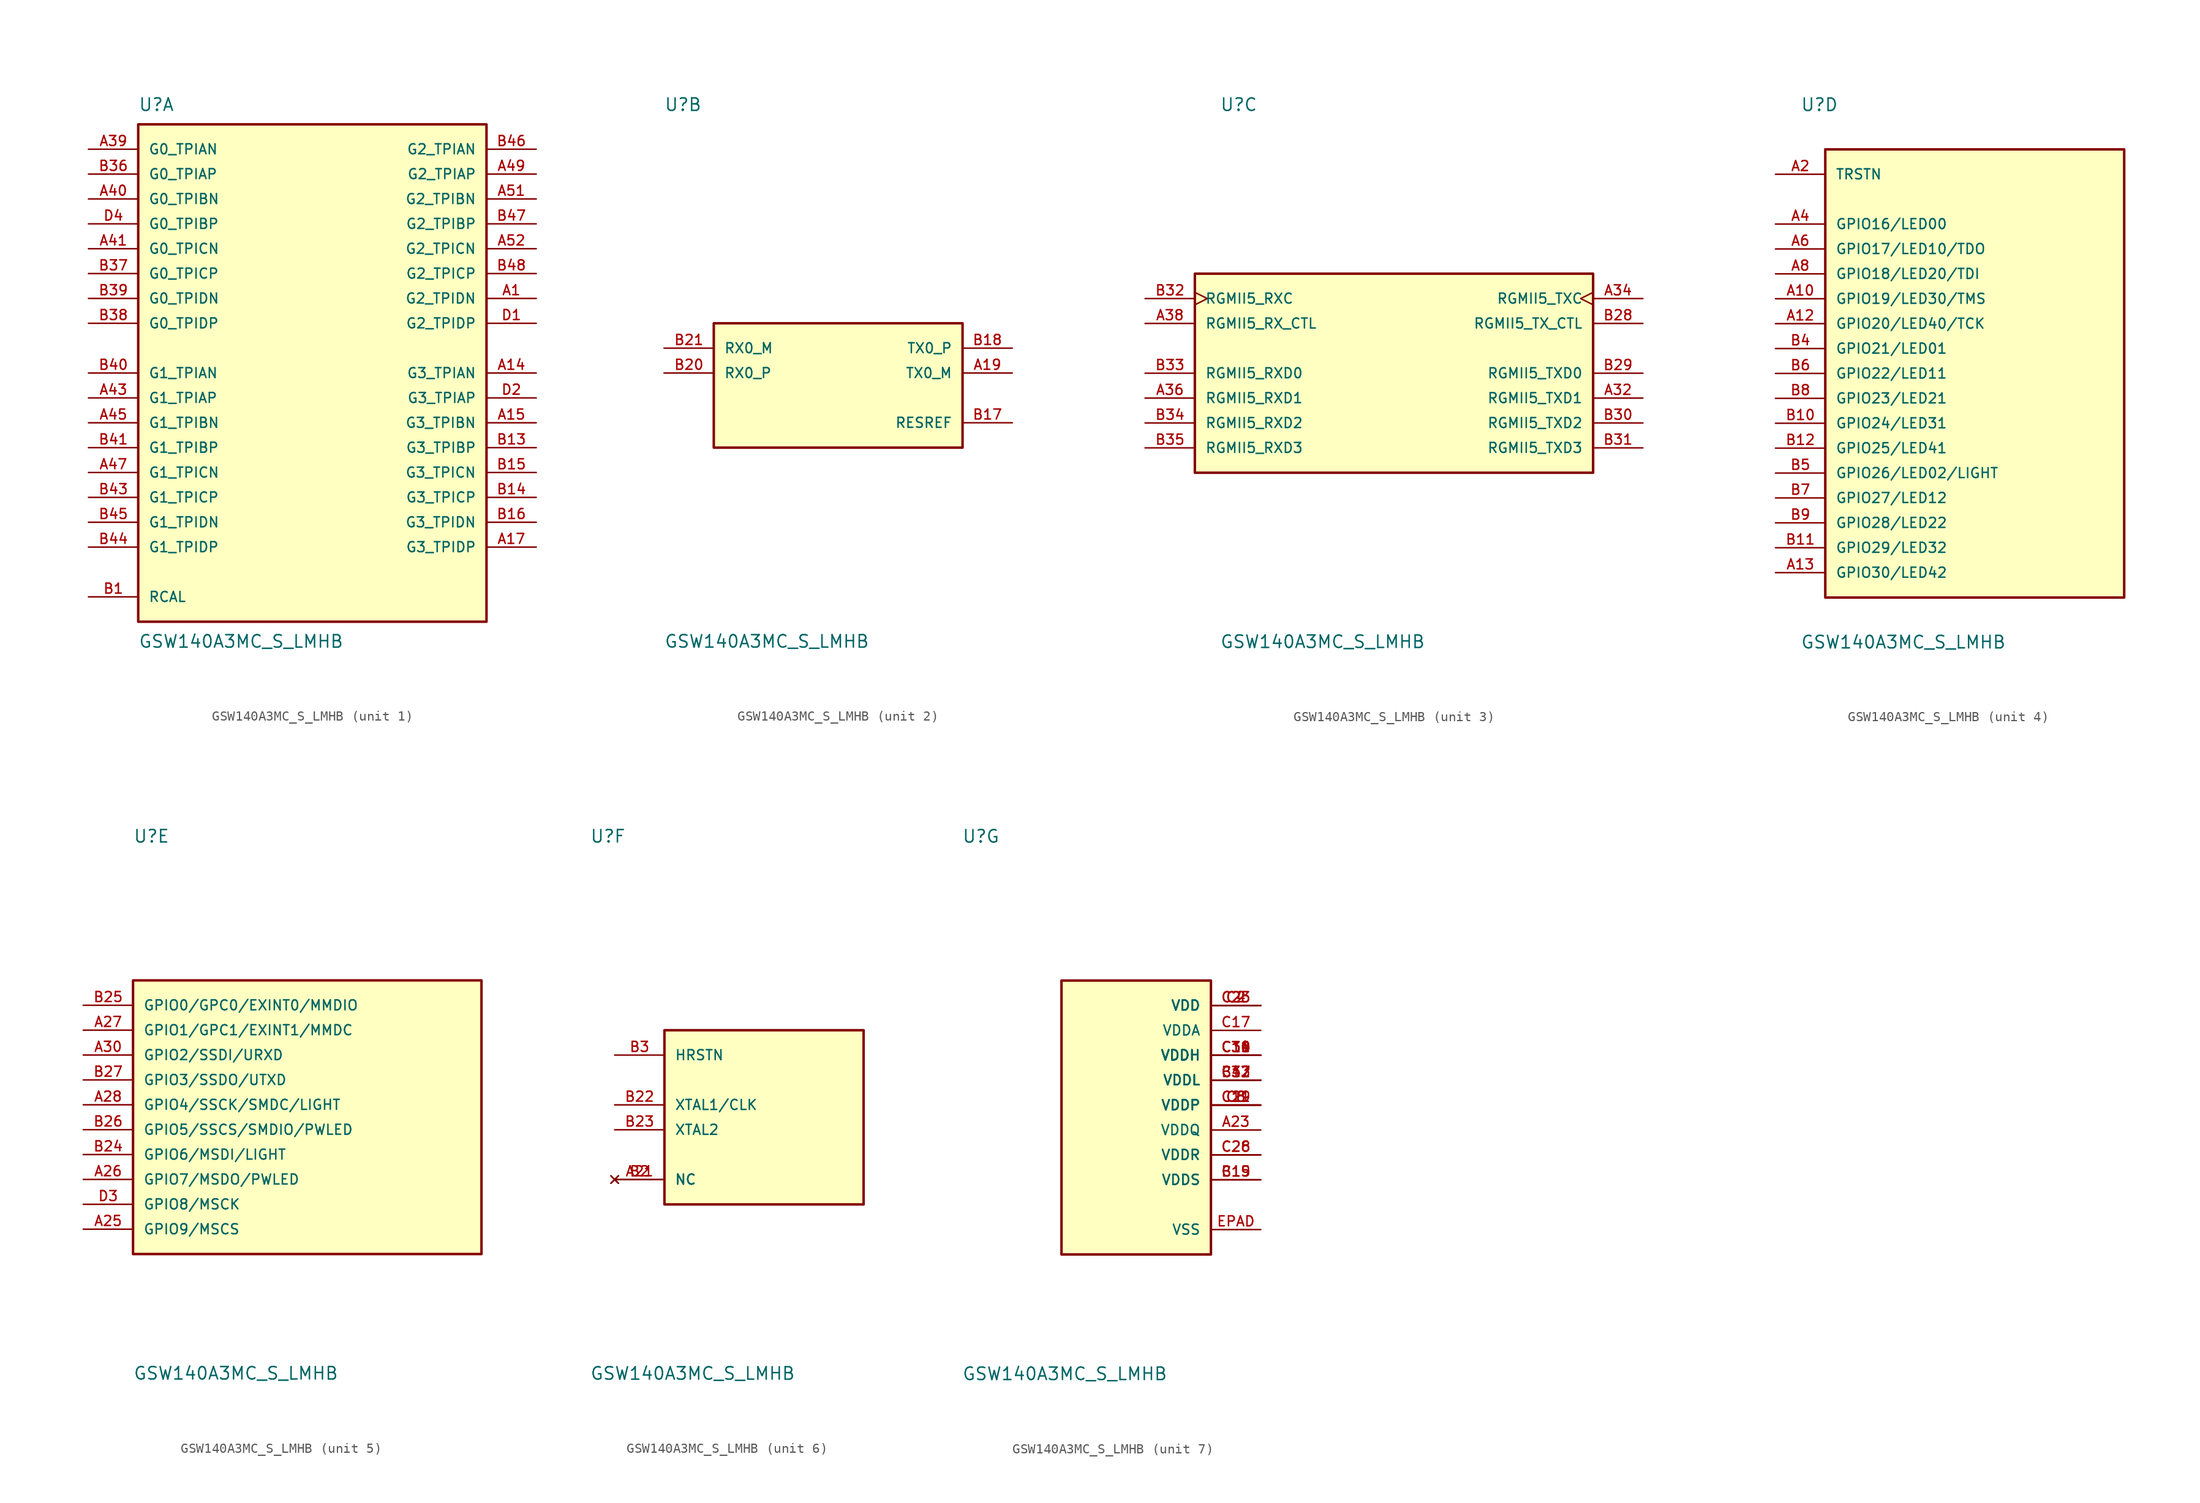
<source format=kicad_sym>
(kicad_symbol_lib
  (version 20211014)
  (generator kicad_symbol_editor)
  (symbol "GSW140A3MC_S_LMHB"
    (pin_names
      (offset 1.016))
    (property "Reference" "U"
      (at -17.78 26.67 0)
      (effects (font (size 1.27 1.27)) (justify bottom left)))
    (property "Value" "GSW140A3MC_S_LMHB"
      (at -17.78 -26.67 0)
      (effects (font (size 1.27 1.27)) (justify top left)))
    (symbol "GSW140A3MC_S_LMHB_1_0"
      (rectangle (start -17.78 -25.4) (end 17.78 25.4) (stroke (width 0.254)) (fill (type background)))
      (pin bidirectional line (at -22.86 22.86 0) (length 5.08) (name "G0_TPIAN" (effects (font (size 1.016 1.016)))) (number "A39" (effects (font (size 1.016 1.016)))))
      (pin bidirectional line (at -22.86 20.32 0) (length 5.08) (name "G0_TPIAP" (effects (font (size 1.016 1.016)))) (number "B36" (effects (font (size 1.016 1.016)))))
      (pin bidirectional line (at -22.86 17.78 0) (length 5.08) (name "G0_TPIBN" (effects (font (size 1.016 1.016)))) (number "A40" (effects (font (size 1.016 1.016)))))
      (pin bidirectional line (at -22.86 15.24 0) (length 5.08) (name "G0_TPIBP" (effects (font (size 1.016 1.016)))) (number "D4" (effects (font (size 1.016 1.016)))))
      (pin bidirectional line (at -22.86 12.7 0) (length 5.08) (name "G0_TPICN" (effects (font (size 1.016 1.016)))) (number "A41" (effects (font (size 1.016 1.016)))))
      (pin bidirectional line (at -22.86 10.16 0) (length 5.08) (name "G0_TPICP" (effects (font (size 1.016 1.016)))) (number "B37" (effects (font (size 1.016 1.016)))))
      (pin bidirectional line (at -22.86 7.62 0) (length 5.08) (name "G0_TPIDN" (effects (font (size 1.016 1.016)))) (number "B39" (effects (font (size 1.016 1.016)))))
      (pin bidirectional line (at -22.86 5.08 0) (length 5.08) (name "G0_TPIDP" (effects (font (size 1.016 1.016)))) (number "B38" (effects (font (size 1.016 1.016)))))
      (pin bidirectional line (at -22.86 0.0 0) (length 5.08) (name "G1_TPIAN" (effects (font (size 1.016 1.016)))) (number "B40" (effects (font (size 1.016 1.016)))))
      (pin bidirectional line (at -22.86 -2.54 0) (length 5.08) (name "G1_TPIAP" (effects (font (size 1.016 1.016)))) (number "A43" (effects (font (size 1.016 1.016)))))
      (pin bidirectional line (at -22.86 -5.08 0) (length 5.08) (name "G1_TPIBN" (effects (font (size 1.016 1.016)))) (number "A45" (effects (font (size 1.016 1.016)))))
      (pin bidirectional line (at -22.86 -7.62 0) (length 5.08) (name "G1_TPIBP" (effects (font (size 1.016 1.016)))) (number "B41" (effects (font (size 1.016 1.016)))))
      (pin bidirectional line (at -22.86 -10.16 0) (length 5.08) (name "G1_TPICN" (effects (font (size 1.016 1.016)))) (number "A47" (effects (font (size 1.016 1.016)))))
      (pin bidirectional line (at -22.86 -12.7 0) (length 5.08) (name "G1_TPICP" (effects (font (size 1.016 1.016)))) (number "B43" (effects (font (size 1.016 1.016)))))
      (pin bidirectional line (at -22.86 -15.24 0) (length 5.08) (name "G1_TPIDN" (effects (font (size 1.016 1.016)))) (number "B45" (effects (font (size 1.016 1.016)))))
      (pin bidirectional line (at -22.86 -17.78 0) (length 5.08) (name "G1_TPIDP" (effects (font (size 1.016 1.016)))) (number "B44" (effects (font (size 1.016 1.016)))))
      (pin bidirectional line (at 22.86 22.86 180.0) (length 5.08) (name "G2_TPIAN" (effects (font (size 1.016 1.016)))) (number "B46" (effects (font (size 1.016 1.016)))))
      (pin bidirectional line (at 22.86 20.32 180.0) (length 5.08) (name "G2_TPIAP" (effects (font (size 1.016 1.016)))) (number "A49" (effects (font (size 1.016 1.016)))))
      (pin bidirectional line (at 22.86 17.78 180.0) (length 5.08) (name "G2_TPIBN" (effects (font (size 1.016 1.016)))) (number "A51" (effects (font (size 1.016 1.016)))))
      (pin bidirectional line (at 22.86 15.24 180.0) (length 5.08) (name "G2_TPIBP" (effects (font (size 1.016 1.016)))) (number "B47" (effects (font (size 1.016 1.016)))))
      (pin bidirectional line (at 22.86 12.7 180.0) (length 5.08) (name "G2_TPICN" (effects (font (size 1.016 1.016)))) (number "A52" (effects (font (size 1.016 1.016)))))
      (pin bidirectional line (at 22.86 10.16 180.0) (length 5.08) (name "G2_TPICP" (effects (font (size 1.016 1.016)))) (number "B48" (effects (font (size 1.016 1.016)))))
      (pin bidirectional line (at 22.86 7.62 180.0) (length 5.08) (name "G2_TPIDN" (effects (font (size 1.016 1.016)))) (number "A1" (effects (font (size 1.016 1.016)))))
      (pin bidirectional line (at 22.86 5.08 180.0) (length 5.08) (name "G2_TPIDP" (effects (font (size 1.016 1.016)))) (number "D1" (effects (font (size 1.016 1.016)))))
      (pin bidirectional line (at 22.86 0.0 180.0) (length 5.08) (name "G3_TPIAN" (effects (font (size 1.016 1.016)))) (number "A14" (effects (font (size 1.016 1.016)))))
      (pin bidirectional line (at 22.86 -2.54 180.0) (length 5.08) (name "G3_TPIAP" (effects (font (size 1.016 1.016)))) (number "D2" (effects (font (size 1.016 1.016)))))
      (pin bidirectional line (at 22.86 -5.08 180.0) (length 5.08) (name "G3_TPIBN" (effects (font (size 1.016 1.016)))) (number "A15" (effects (font (size 1.016 1.016)))))
      (pin bidirectional line (at 22.86 -7.62 180.0) (length 5.08) (name "G3_TPIBP" (effects (font (size 1.016 1.016)))) (number "B13" (effects (font (size 1.016 1.016)))))
      (pin bidirectional line (at 22.86 -10.16 180.0) (length 5.08) (name "G3_TPICN" (effects (font (size 1.016 1.016)))) (number "B15" (effects (font (size 1.016 1.016)))))
      (pin bidirectional line (at 22.86 -12.7 180.0) (length 5.08) (name "G3_TPICP" (effects (font (size 1.016 1.016)))) (number "B14" (effects (font (size 1.016 1.016)))))
      (pin bidirectional line (at 22.86 -15.24 180.0) (length 5.08) (name "G3_TPIDN" (effects (font (size 1.016 1.016)))) (number "B16" (effects (font (size 1.016 1.016)))))
      (pin bidirectional line (at 22.86 -17.78 180.0) (length 5.08) (name "G3_TPIDP" (effects (font (size 1.016 1.016)))) (number "A17" (effects (font (size 1.016 1.016)))))
      (pin bidirectional line (at -22.86 -22.86 0) (length 5.08) (name "RCAL" (effects (font (size 1.016 1.016)))) (number "B1" (effects (font (size 1.016 1.016))))))
    (symbol "GSW140A3MC_S_LMHB_2_0"
      (rectangle (start -12.7 -7.62) (end 12.7 5.08) (stroke (width 0.254)) (fill (type background)))
      (pin input line (at -17.78 2.54 0) (length 5.08) (name "RX0_M" (effects (font (size 1.016 1.016)))) (number "B21" (effects (font (size 1.016 1.016)))))
      (pin input line (at -17.78 0.0 0) (length 5.08) (name "RX0_P" (effects (font (size 1.016 1.016)))) (number "B20" (effects (font (size 1.016 1.016)))))
      (pin output line (at 17.78 -5.08 180.0) (length 5.08) (name "RESREF" (effects (font (size 1.016 1.016)))) (number "B17" (effects (font (size 1.016 1.016)))))
      (pin output line (at 17.78 0.0 180.0) (length 5.08) (name "TX0_M" (effects (font (size 1.016 1.016)))) (number "A19" (effects (font (size 1.016 1.016)))))
      (pin output line (at 17.78 2.54 180.0) (length 5.08) (name "TX0_P" (effects (font (size 1.016 1.016)))) (number "B18" (effects (font (size 1.016 1.016))))))
    (symbol "GSW140A3MC_S_LMHB_3_0"
      (rectangle (start -20.32 -10.16) (end 20.32 10.16) (stroke (width 0.254)) (fill (type background)))
      (pin input line (at -25.4 5.08 0) (length 5.08) (name "RGMII5_RX_CTL" (effects (font (size 1.016 1.016)))) (number "A38" (effects (font (size 1.016 1.016)))))
      (pin input clock (at -25.4 7.62 0) (length 5.08) (name "RGMII5_RXC" (effects (font (size 1.016 1.016)))) (number "B32" (effects (font (size 1.016 1.016)))))
      (pin input line (at -25.4 0.0 0) (length 5.08) (name "RGMII5_RXD0" (effects (font (size 1.016 1.016)))) (number "B33" (effects (font (size 1.016 1.016)))))
      (pin input line (at -25.4 -2.54 0) (length 5.08) (name "RGMII5_RXD1" (effects (font (size 1.016 1.016)))) (number "A36" (effects (font (size 1.016 1.016)))))
      (pin input line (at -25.4 -5.08 0) (length 5.08) (name "RGMII5_RXD2" (effects (font (size 1.016 1.016)))) (number "B34" (effects (font (size 1.016 1.016)))))
      (pin input line (at -25.4 -7.62 0) (length 5.08) (name "RGMII5_RXD3" (effects (font (size 1.016 1.016)))) (number "B35" (effects (font (size 1.016 1.016)))))
      (pin output line (at 25.4 5.08 180.0) (length 5.08) (name "RGMII5_TX_CTL" (effects (font (size 1.016 1.016)))) (number "B28" (effects (font (size 1.016 1.016)))))
      (pin output clock (at 25.4 7.62 180.0) (length 5.08) (name "RGMII5_TXC" (effects (font (size 1.016 1.016)))) (number "A34" (effects (font (size 1.016 1.016)))))
      (pin output line (at 25.4 0.0 180.0) (length 5.08) (name "RGMII5_TXD0" (effects (font (size 1.016 1.016)))) (number "B29" (effects (font (size 1.016 1.016)))))
      (pin output line (at 25.4 -2.54 180.0) (length 5.08) (name "RGMII5_TXD1" (effects (font (size 1.016 1.016)))) (number "A32" (effects (font (size 1.016 1.016)))))
      (pin output line (at 25.4 -5.08 180.0) (length 5.08) (name "RGMII5_TXD2" (effects (font (size 1.016 1.016)))) (number "B30" (effects (font (size 1.016 1.016)))))
      (pin output line (at 25.4 -7.62 180.0) (length 5.08) (name "RGMII5_TXD3" (effects (font (size 1.016 1.016)))) (number "B31" (effects (font (size 1.016 1.016))))))
    (symbol "GSW140A3MC_S_LMHB_4_0"
      (rectangle (start -15.24 -22.86) (end 15.24 22.86) (stroke (width 0.254)) (fill (type background)))
      (pin input line (at -20.32 20.32 0) (length 5.08) (name "TRSTN" (effects (font (size 1.016 1.016)))) (number "A2" (effects (font (size 1.016 1.016)))))
      (pin bidirectional line (at -20.32 15.24 0) (length 5.08) (name "GPIO16/LED00" (effects (font (size 1.016 1.016)))) (number "A4" (effects (font (size 1.016 1.016)))))
      (pin bidirectional line (at -20.32 12.7 0) (length 5.08) (name "GPIO17/LED10/TDO" (effects (font (size 1.016 1.016)))) (number "A6" (effects (font (size 1.016 1.016)))))
      (pin bidirectional line (at -20.32 10.16 0) (length 5.08) (name "GPIO18/LED20/TDI" (effects (font (size 1.016 1.016)))) (number "A8" (effects (font (size 1.016 1.016)))))
      (pin bidirectional line (at -20.32 7.62 0) (length 5.08) (name "GPIO19/LED30/TMS" (effects (font (size 1.016 1.016)))) (number "A10" (effects (font (size 1.016 1.016)))))
      (pin bidirectional line (at -20.32 5.08 0) (length 5.08) (name "GPIO20/LED40/TCK" (effects (font (size 1.016 1.016)))) (number "A12" (effects (font (size 1.016 1.016)))))
      (pin bidirectional line (at -20.32 2.54 0) (length 5.08) (name "GPIO21/LED01" (effects (font (size 1.016 1.016)))) (number "B4" (effects (font (size 1.016 1.016)))))
      (pin bidirectional line (at -20.32 0.0 0) (length 5.08) (name "GPIO22/LED11" (effects (font (size 1.016 1.016)))) (number "B6" (effects (font (size 1.016 1.016)))))
      (pin bidirectional line (at -20.32 -2.54 0) (length 5.08) (name "GPIO23/LED21" (effects (font (size 1.016 1.016)))) (number "B8" (effects (font (size 1.016 1.016)))))
      (pin bidirectional line (at -20.32 -5.08 0) (length 5.08) (name "GPIO24/LED31" (effects (font (size 1.016 1.016)))) (number "B10" (effects (font (size 1.016 1.016)))))
      (pin bidirectional line (at -20.32 -7.62 0) (length 5.08) (name "GPIO25/LED41" (effects (font (size 1.016 1.016)))) (number "B12" (effects (font (size 1.016 1.016)))))
      (pin bidirectional line (at -20.32 -10.16 0) (length 5.08) (name "GPIO26/LED02/LIGHT" (effects (font (size 1.016 1.016)))) (number "B5" (effects (font (size 1.016 1.016)))))
      (pin bidirectional line (at -20.32 -12.7 0) (length 5.08) (name "GPIO27/LED12" (effects (font (size 1.016 1.016)))) (number "B7" (effects (font (size 1.016 1.016)))))
      (pin bidirectional line (at -20.32 -15.24 0) (length 5.08) (name "GPIO28/LED22" (effects (font (size 1.016 1.016)))) (number "B9" (effects (font (size 1.016 1.016)))))
      (pin bidirectional line (at -20.32 -17.78 0) (length 5.08) (name "GPIO29/LED32" (effects (font (size 1.016 1.016)))) (number "B11" (effects (font (size 1.016 1.016)))))
      (pin bidirectional line (at -20.32 -20.32 0) (length 5.08) (name "GPIO30/LED42" (effects (font (size 1.016 1.016)))) (number "A13" (effects (font (size 1.016 1.016))))))
    (symbol "GSW140A3MC_S_LMHB_5_0"
      (rectangle (start -17.78 -15.24) (end 17.78 12.7) (stroke (width 0.254)) (fill (type background)))
      (pin bidirectional line (at -22.86 10.16 0) (length 5.08) (name "GPIO0/GPC0/EXINT0/MMDIO" (effects (font (size 1.016 1.016)))) (number "B25" (effects (font (size 1.016 1.016)))))
      (pin bidirectional line (at -22.86 7.62 0) (length 5.08) (name "GPIO1/GPC1/EXINT1/MMDC" (effects (font (size 1.016 1.016)))) (number "A27" (effects (font (size 1.016 1.016)))))
      (pin bidirectional line (at -22.86 5.08 0) (length 5.08) (name "GPIO2/SSDI/URXD" (effects (font (size 1.016 1.016)))) (number "A30" (effects (font (size 1.016 1.016)))))
      (pin bidirectional line (at -22.86 2.54 0) (length 5.08) (name "GPIO3/SSDO/UTXD" (effects (font (size 1.016 1.016)))) (number "B27" (effects (font (size 1.016 1.016)))))
      (pin bidirectional line (at -22.86 0.0 0) (length 5.08) (name "GPIO4/SSCK/SMDC/LIGHT" (effects (font (size 1.016 1.016)))) (number "A28" (effects (font (size 1.016 1.016)))))
      (pin bidirectional line (at -22.86 -2.54 0) (length 5.08) (name "GPIO5/SSCS/SMDIO/PWLED" (effects (font (size 1.016 1.016)))) (number "B26" (effects (font (size 1.016 1.016)))))
      (pin bidirectional line (at -22.86 -5.08 0) (length 5.08) (name "GPIO6/MSDI/LIGHT" (effects (font (size 1.016 1.016)))) (number "B24" (effects (font (size 1.016 1.016)))))
      (pin bidirectional line (at -22.86 -7.62 0) (length 5.08) (name "GPIO7/MSDO/PWLED" (effects (font (size 1.016 1.016)))) (number "A26" (effects (font (size 1.016 1.016)))))
      (pin bidirectional line (at -22.86 -10.16 0) (length 5.08) (name "GPIO8/MSCK" (effects (font (size 1.016 1.016)))) (number "D3" (effects (font (size 1.016 1.016)))))
      (pin bidirectional line (at -22.86 -12.7 0) (length 5.08) (name "GPIO9/MSCS" (effects (font (size 1.016 1.016)))) (number "A25" (effects (font (size 1.016 1.016))))))
    (symbol "GSW140A3MC_S_LMHB_6_0"
      (rectangle (start -10.16 -10.16) (end 10.16 7.62) (stroke (width 0.254)) (fill (type background)))
      (pin input line (at -15.24 0.0 0) (length 5.08) (name "XTAL1/CLK" (effects (font (size 1.016 1.016)))) (number "B22" (effects (font (size 1.016 1.016)))))
      (pin output line (at -15.24 -2.54 0) (length 5.08) (name "XTAL2" (effects (font (size 1.016 1.016)))) (number "B23" (effects (font (size 1.016 1.016)))))
      (pin input line (at -15.24 5.08 0) (length 5.08) (name "HRSTN" (effects (font (size 1.016 1.016)))) (number "B3" (effects (font (size 1.016 1.016)))))
      (pin no_connect line (at -15.24 -7.62 0) (length 5.08) (name "NC" (effects (font (size 1.016 1.016)))) (number "A21" (effects (font (size 1.016 1.016)))))
      (pin no_connect line (at -15.24 -7.62 0) (length 5.08) (name "NC" (effects (font (size 1.016 1.016)))) (number "B2" (effects (font (size 1.016 1.016))))))
    (symbol "GSW140A3MC_S_LMHB_7_0"
      (rectangle (start -7.62 -15.24) (end 7.62 12.7) (stroke (width 0.254)) (fill (type background)))
      (pin power_in line (at 12.7 10.16 180.0) (length 5.08) (name "VDD" (effects (font (size 1.016 1.016)))) (number "C2" (effects (font (size 1.016 1.016)))))
      (pin power_in line (at 12.7 10.16 180.0) (length 5.08) (name "VDD" (effects (font (size 1.016 1.016)))) (number "C4" (effects (font (size 1.016 1.016)))))
      (pin power_in line (at 12.7 10.16 180.0) (length 5.08) (name "VDD" (effects (font (size 1.016 1.016)))) (number "C23" (effects (font (size 1.016 1.016)))))
      (pin power_in line (at 12.7 10.16 180.0) (length 5.08) (name "VDD" (effects (font (size 1.016 1.016)))) (number "C25" (effects (font (size 1.016 1.016)))))
      (pin power_in line (at 12.7 7.62 180.0) (length 5.08) (name "VDDA" (effects (font (size 1.016 1.016)))) (number "C17" (effects (font (size 1.016 1.016)))))
      (pin power_in line (at 12.7 5.08 180.0) (length 5.08) (name "VDDH" (effects (font (size 1.016 1.016)))) (number "C10" (effects (font (size 1.016 1.016)))))
      (pin power_in line (at 12.7 5.08 180.0) (length 5.08) (name "VDDH" (effects (font (size 1.016 1.016)))) (number "C14" (effects (font (size 1.016 1.016)))))
      (pin power_in line (at 12.7 5.08 180.0) (length 5.08) (name "VDDH" (effects (font (size 1.016 1.016)))) (number "C31" (effects (font (size 1.016 1.016)))))
      (pin power_in line (at 12.7 5.08 180.0) (length 5.08) (name "VDDH" (effects (font (size 1.016 1.016)))) (number "C34" (effects (font (size 1.016 1.016)))))
      (pin power_in line (at 12.7 5.08 180.0) (length 5.08) (name "VDDH" (effects (font (size 1.016 1.016)))) (number "C36" (effects (font (size 1.016 1.016)))))
      (pin power_in line (at 12.7 5.08 180.0) (length 5.08) (name "VDDH" (effects (font (size 1.016 1.016)))) (number "C39" (effects (font (size 1.016 1.016)))))
      (pin power_in line (at 12.7 2.54 180.0) (length 5.08) (name "VDDL" (effects (font (size 1.016 1.016)))) (number "B42" (effects (font (size 1.016 1.016)))))
      (pin power_in line (at 12.7 2.54 180.0) (length 5.08) (name "VDDL" (effects (font (size 1.016 1.016)))) (number "C12" (effects (font (size 1.016 1.016)))))
      (pin power_in line (at 12.7 2.54 180.0) (length 5.08) (name "VDDL" (effects (font (size 1.016 1.016)))) (number "C33" (effects (font (size 1.016 1.016)))))
      (pin power_in line (at 12.7 2.54 180.0) (length 5.08) (name "VDDL" (effects (font (size 1.016 1.016)))) (number "C37" (effects (font (size 1.016 1.016)))))
      (pin power_in line (at 12.7 0.0 180.0) (length 5.08) (name "VDDP" (effects (font (size 1.016 1.016)))) (number "C6" (effects (font (size 1.016 1.016)))))
      (pin power_in line (at 12.7 0.0 180.0) (length 5.08) (name "VDDP" (effects (font (size 1.016 1.016)))) (number "C8" (effects (font (size 1.016 1.016)))))
      (pin power_in line (at 12.7 0.0 180.0) (length 5.08) (name "VDDP" (effects (font (size 1.016 1.016)))) (number "C19" (effects (font (size 1.016 1.016)))))
      (pin power_in line (at 12.7 0.0 180.0) (length 5.08) (name "VDDP" (effects (font (size 1.016 1.016)))) (number "C21" (effects (font (size 1.016 1.016)))))
      (pin power_in line (at 12.7 -2.54 180.0) (length 5.08) (name "VDDQ" (effects (font (size 1.016 1.016)))) (number "A23" (effects (font (size 1.016 1.016)))))
      (pin power_in line (at 12.7 -5.08 180.0) (length 5.08) (name "VDDR" (effects (font (size 1.016 1.016)))) (number "C26" (effects (font (size 1.016 1.016)))))
      (pin power_in line (at 12.7 -5.08 180.0) (length 5.08) (name "VDDR" (effects (font (size 1.016 1.016)))) (number "C28" (effects (font (size 1.016 1.016)))))
      (pin power_in line (at 12.7 -7.62 180.0) (length 5.08) (name "VDDS" (effects (font (size 1.016 1.016)))) (number "B19" (effects (font (size 1.016 1.016)))))
      (pin power_in line (at 12.7 -7.62 180.0) (length 5.08) (name "VDDS" (effects (font (size 1.016 1.016)))) (number "C15" (effects (font (size 1.016 1.016)))))
      (pin power_in line (at 12.7 -12.7 180.0) (length 5.08) (name "VSS" (effects (font (size 1.016 1.016)))) (number "EPAD" (effects (font (size 1.016 1.016))))))))
</source>
